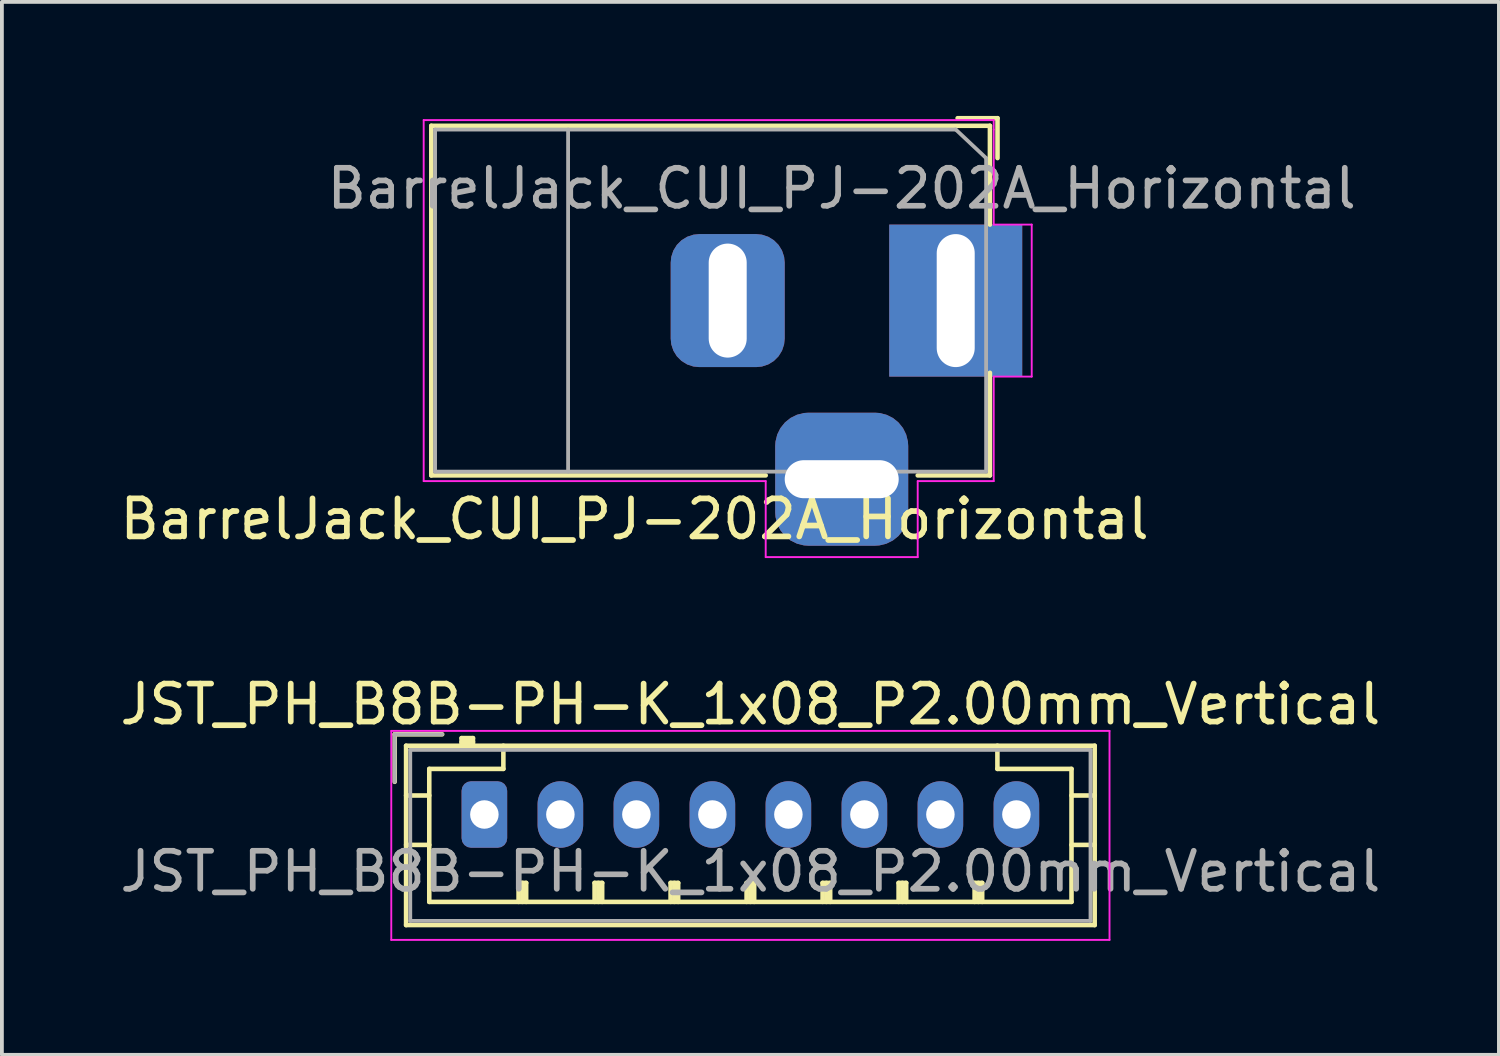
<source format=kicad_pcb>
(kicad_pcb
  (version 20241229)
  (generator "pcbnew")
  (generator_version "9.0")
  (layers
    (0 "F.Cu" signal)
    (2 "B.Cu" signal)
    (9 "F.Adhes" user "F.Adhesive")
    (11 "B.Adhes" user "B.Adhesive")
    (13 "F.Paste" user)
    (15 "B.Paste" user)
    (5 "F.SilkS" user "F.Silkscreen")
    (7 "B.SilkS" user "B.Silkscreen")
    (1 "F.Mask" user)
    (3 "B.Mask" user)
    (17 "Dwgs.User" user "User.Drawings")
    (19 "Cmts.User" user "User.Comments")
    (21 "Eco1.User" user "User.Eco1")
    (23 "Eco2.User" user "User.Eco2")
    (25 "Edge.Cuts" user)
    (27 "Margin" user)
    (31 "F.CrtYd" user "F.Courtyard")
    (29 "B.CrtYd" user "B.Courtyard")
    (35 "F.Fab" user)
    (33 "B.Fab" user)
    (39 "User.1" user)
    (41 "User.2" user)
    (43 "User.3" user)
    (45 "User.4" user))
  (footprint "BarrelJack_CUI_PJ-202A_Horizontal"
    (layer "F.Cu")
    (at 22.099 4.86)
    (property "Reference" "BarrelJack_CUI_PJ-202A_Horizontal" (at -8.45 5.75 0) (layer "F.SilkS") (effects (font (size 1 1) (thickness 0.15))))
    (attr through_hole)
    (fp_line (start -13.8 -4.6) (end 0.9 -4.6) (stroke (width 0.12) (type solid)) (layer "F.SilkS"))
    (fp_line (start -13.8 4.6) (end -13.8 -4.6) (stroke (width 0.12) (type solid)) (layer "F.SilkS"))
    (fp_line (start -5 4.6) (end -13.8 4.6) (stroke (width 0.12) (type solid)) (layer "F.SilkS"))
    (fp_line (start 0.05 -4.8) (end 1.1 -4.8) (stroke (width 0.12) (type solid)) (layer "F.SilkS"))
    (fp_line (start 0.9 -4.6) (end 0.9 -2) (stroke (width 0.12) (type solid)) (layer "F.SilkS"))
    (fp_line (start 0.9 1.9) (end 0.9 4.6) (stroke (width 0.12) (type solid)) (layer "F.SilkS"))
    (fp_line (start 0.9 4.6) (end -1 4.6) (stroke (width 0.12) (type solid)) (layer "F.SilkS"))
    (fp_line (start 1.1 -3.75) (end 1.1 -4.8) (stroke (width 0.12) (type solid)) (layer "F.SilkS"))
    (fp_line (start -14 4.75) (end -14 -4.75) (stroke (width 0.05) (type solid)) (layer "F.CrtYd"))
    (fp_line (start -5 4.75) (end -14 4.75) (stroke (width 0.05) (type solid)) (layer "F.CrtYd"))
    (fp_line (start -5 6.75) (end -5 4.75) (stroke (width 0.05) (type solid)) (layer "F.CrtYd"))
    (fp_line (start -1 4.75) (end -1 6.75) (stroke (width 0.05) (type solid)) (layer "F.CrtYd"))
    (fp_line (start -1 6.75) (end -5 6.75) (stroke (width 0.05) (type solid)) (layer "F.CrtYd"))
    (fp_line (start 1 -4.75) (end -14 -4.75) (stroke (width 0.05) (type solid)) (layer "F.CrtYd"))
    (fp_line (start 1 -4.5) (end 1 -4.75) (stroke (width 0.05) (type solid)) (layer "F.CrtYd"))
    (fp_line (start 1 -4.5) (end 1 -2) (stroke (width 0.05) (type solid)) (layer "F.CrtYd"))
    (fp_line (start 1 -2) (end 2 -2) (stroke (width 0.05) (type solid)) (layer "F.CrtYd"))
    (fp_line (start 1 2) (end 1 4.75) (stroke (width 0.05) (type solid)) (layer "F.CrtYd"))
    (fp_line (start 1 4.75) (end -1 4.75) (stroke (width 0.05) (type solid)) (layer "F.CrtYd"))
    (fp_line (start 2 -2) (end 2 2) (stroke (width 0.05) (type solid)) (layer "F.CrtYd"))
    (fp_line (start 2 2) (end 1 2) (stroke (width 0.05) (type solid)) (layer "F.CrtYd"))
    (fp_line (start -13.7 -4.5) (end -13.7 4.5) (stroke (width 0.1) (type solid)) (layer "F.Fab"))
    (fp_line (start -13.7 4.5) (end 0.8 4.5) (stroke (width 0.1) (type solid)) (layer "F.Fab"))
    (fp_line (start -10.2 -4.5) (end -10.2 4.5) (stroke (width 0.1) (type solid)) (layer "F.Fab"))
    (fp_line (start -0.003 -4.505) (end 0.8 -3.75) (stroke (width 0.1) (type solid)) (layer "F.Fab"))
    (fp_line (start 0 -4.5) (end -13.7 -4.5) (stroke (width 0.1) (type solid)) (layer "F.Fab"))
    (fp_line (start 0.8 4.5) (end 0.8 -3.75) (stroke (width 0.1) (type solid)) (layer "F.Fab"))
    (fp_text user "${REFERENCE}" (at -3 -2.95 0) (layer "F.Fab") (effects (font (size 1 1) (thickness 0.15))))
    (pad "1" thru_hole rect (at 0 0) (size 3.5 4) (drill oval 1 3.5) (layers "*.Cu" "*.Mask"))
    (pad "2" thru_hole roundrect (at -6 0) (size 3 3.5) (drill oval 1 3) (layers "*.Cu" "*.Mask") (roundrect_rratio 0.25))
    (pad "3" thru_hole roundrect (at -3 4.7) (size 3.5 3.5) (drill oval 3 1) (layers "*.Cu" "*.Mask") (roundrect_rratio 0.25)))
  (footprint "JST_PH_B8B-PH-K_1x08_P2.00mm_Vertical"
    (layer "F.Cu")
    (at 9.696 18.383)
    (property "Reference" "JST_PH_B8B-PH-K_1x08_P2.00mm_Vertical" (at 7 -2.9 0) (layer "F.SilkS") (effects (font (size 1 1) (thickness 0.15))))
    (attr through_hole)
    (fp_line (start -2.36 -2.11) (end -2.36 -0.86) (stroke (width 0.12) (type solid)) (layer "F.SilkS"))
    (fp_line (start -2.06 -1.81) (end -2.06 2.91) (stroke (width 0.12) (type solid)) (layer "F.SilkS"))
    (fp_line (start -2.06 -0.5) (end -1.45 -0.5) (stroke (width 0.12) (type solid)) (layer "F.SilkS"))
    (fp_line (start -2.06 0.8) (end -1.45 0.8) (stroke (width 0.12) (type solid)) (layer "F.SilkS"))
    (fp_line (start -2.06 2.91) (end 16.06 2.91) (stroke (width 0.12) (type solid)) (layer "F.SilkS"))
    (fp_line (start -1.45 -1.2) (end -1.45 2.3) (stroke (width 0.12) (type solid)) (layer "F.SilkS"))
    (fp_line (start -1.45 2.3) (end 15.45 2.3) (stroke (width 0.12) (type solid)) (layer "F.SilkS"))
    (fp_line (start -1.11 -2.11) (end -2.36 -2.11) (stroke (width 0.12) (type solid)) (layer "F.SilkS"))
    (fp_line (start -0.6 -2.01) (end -0.6 -1.81) (stroke (width 0.12) (type solid)) (layer "F.SilkS"))
    (fp_line (start -0.3 -2.01) (end -0.6 -2.01) (stroke (width 0.12) (type solid)) (layer "F.SilkS"))
    (fp_line (start -0.3 -1.91) (end -0.6 -1.91) (stroke (width 0.12) (type solid)) (layer "F.SilkS"))
    (fp_line (start -0.3 -1.81) (end -0.3 -2.01) (stroke (width 0.12) (type solid)) (layer "F.SilkS"))
    (fp_line (start 0.5 -1.81) (end 0.5 -1.2) (stroke (width 0.12) (type solid)) (layer "F.SilkS"))
    (fp_line (start 0.5 -1.2) (end -1.45 -1.2) (stroke (width 0.12) (type solid)) (layer "F.SilkS"))
    (fp_line (start 0.9 1.8) (end 1.1 1.8) (stroke (width 0.12) (type solid)) (layer "F.SilkS"))
    (fp_line (start 0.9 2.3) (end 0.9 1.8) (stroke (width 0.12) (type solid)) (layer "F.SilkS"))
    (fp_line (start 1 2.3) (end 1 1.8) (stroke (width 0.12) (type solid)) (layer "F.SilkS"))
    (fp_line (start 1.1 1.8) (end 1.1 2.3) (stroke (width 0.12) (type solid)) (layer "F.SilkS"))
    (fp_line (start 2.9 1.8) (end 3.1 1.8) (stroke (width 0.12) (type solid)) (layer "F.SilkS"))
    (fp_line (start 2.9 2.3) (end 2.9 1.8) (stroke (width 0.12) (type solid)) (layer "F.SilkS"))
    (fp_line (start 3 2.3) (end 3 1.8) (stroke (width 0.12) (type solid)) (layer "F.SilkS"))
    (fp_line (start 3.1 1.8) (end 3.1 2.3) (stroke (width 0.12) (type solid)) (layer "F.SilkS"))
    (fp_line (start 4.9 1.8) (end 5.1 1.8) (stroke (width 0.12) (type solid)) (layer "F.SilkS"))
    (fp_line (start 4.9 2.3) (end 4.9 1.8) (stroke (width 0.12) (type solid)) (layer "F.SilkS"))
    (fp_line (start 5 2.3) (end 5 1.8) (stroke (width 0.12) (type solid)) (layer "F.SilkS"))
    (fp_line (start 5.1 1.8) (end 5.1 2.3) (stroke (width 0.12) (type solid)) (layer "F.SilkS"))
    (fp_line (start 6.9 1.8) (end 7.1 1.8) (stroke (width 0.12) (type solid)) (layer "F.SilkS"))
    (fp_line (start 6.9 2.3) (end 6.9 1.8) (stroke (width 0.12) (type solid)) (layer "F.SilkS"))
    (fp_line (start 7 2.3) (end 7 1.8) (stroke (width 0.12) (type solid)) (layer "F.SilkS"))
    (fp_line (start 7.1 1.8) (end 7.1 2.3) (stroke (width 0.12) (type solid)) (layer "F.SilkS"))
    (fp_line (start 8.9 1.8) (end 9.1 1.8) (stroke (width 0.12) (type solid)) (layer "F.SilkS"))
    (fp_line (start 8.9 2.3) (end 8.9 1.8) (stroke (width 0.12) (type solid)) (layer "F.SilkS"))
    (fp_line (start 9 2.3) (end 9 1.8) (stroke (width 0.12) (type solid)) (layer "F.SilkS"))
    (fp_line (start 9.1 1.8) (end 9.1 2.3) (stroke (width 0.12) (type solid)) (layer "F.SilkS"))
    (fp_line (start 10.9 1.8) (end 11.1 1.8) (stroke (width 0.12) (type solid)) (layer "F.SilkS"))
    (fp_line (start 10.9 2.3) (end 10.9 1.8) (stroke (width 0.12) (type solid)) (layer "F.SilkS"))
    (fp_line (start 11 2.3) (end 11 1.8) (stroke (width 0.12) (type solid)) (layer "F.SilkS"))
    (fp_line (start 11.1 1.8) (end 11.1 2.3) (stroke (width 0.12) (type solid)) (layer "F.SilkS"))
    (fp_line (start 12.9 1.8) (end 13.1 1.8) (stroke (width 0.12) (type solid)) (layer "F.SilkS"))
    (fp_line (start 12.9 2.3) (end 12.9 1.8) (stroke (width 0.12) (type solid)) (layer "F.SilkS"))
    (fp_line (start 13 2.3) (end 13 1.8) (stroke (width 0.12) (type solid)) (layer "F.SilkS"))
    (fp_line (start 13.1 1.8) (end 13.1 2.3) (stroke (width 0.12) (type solid)) (layer "F.SilkS"))
    (fp_line (start 13.5 -1.2) (end 13.5 -1.81) (stroke (width 0.12) (type solid)) (layer "F.SilkS"))
    (fp_line (start 15.45 -1.2) (end 13.5 -1.2) (stroke (width 0.12) (type solid)) (layer "F.SilkS"))
    (fp_line (start 15.45 2.3) (end 15.45 -1.2) (stroke (width 0.12) (type solid)) (layer "F.SilkS"))
    (fp_line (start 16.06 -1.81) (end -2.06 -1.81) (stroke (width 0.12) (type solid)) (layer "F.SilkS"))
    (fp_line (start 16.06 -0.5) (end 15.45 -0.5) (stroke (width 0.12) (type solid)) (layer "F.SilkS"))
    (fp_line (start 16.06 0.8) (end 15.45 0.8) (stroke (width 0.12) (type solid)) (layer "F.SilkS"))
    (fp_line (start 16.06 2.91) (end 16.06 -1.81) (stroke (width 0.12) (type solid)) (layer "F.SilkS"))
    (fp_line (start -2.45 -2.2) (end -2.45 3.3) (stroke (width 0.05) (type solid)) (layer "F.CrtYd"))
    (fp_line (start -2.45 3.3) (end 16.45 3.3) (stroke (width 0.05) (type solid)) (layer "F.CrtYd"))
    (fp_line (start 16.45 -2.2) (end -2.45 -2.2) (stroke (width 0.05) (type solid)) (layer "F.CrtYd"))
    (fp_line (start 16.45 3.3) (end 16.45 -2.2) (stroke (width 0.05) (type solid)) (layer "F.CrtYd"))
    (fp_line (start -2.36 -2.11) (end -2.36 -0.86) (stroke (width 0.1) (type solid)) (layer "F.Fab"))
    (fp_line (start -1.95 -1.7) (end -1.95 2.8) (stroke (width 0.1) (type solid)) (layer "F.Fab"))
    (fp_line (start -1.95 2.8) (end 15.95 2.8) (stroke (width 0.1) (type solid)) (layer "F.Fab"))
    (fp_line (start -1.11 -2.11) (end -2.36 -2.11) (stroke (width 0.1) (type solid)) (layer "F.Fab"))
    (fp_line (start 15.95 -1.7) (end -1.95 -1.7) (stroke (width 0.1) (type solid)) (layer "F.Fab"))
    (fp_line (start 15.95 2.8) (end 15.95 -1.7) (stroke (width 0.1) (type solid)) (layer "F.Fab"))
    (fp_text user "${REFERENCE}" (at 7 1.5 0) (layer "F.Fab") (effects (font (size 1 1) (thickness 0.15))))
    (pad "1" thru_hole roundrect (at 0 0) (size 1.2 1.75) (drill 0.75) (layers "*.Cu" "*.Mask") (roundrect_rratio 0.208))
    (pad "2" thru_hole oval (at 2 0) (size 1.2 1.75) (drill 0.75) (layers "*.Cu" "*.Mask"))
    (pad "3" thru_hole oval (at 4 0) (size 1.2 1.75) (drill 0.75) (layers "*.Cu" "*.Mask"))
    (pad "4" thru_hole oval (at 6 0) (size 1.2 1.75) (drill 0.75) (layers "*.Cu" "*.Mask"))
    (pad "5" thru_hole oval (at 8 0) (size 1.2 1.75) (drill 0.75) (layers "*.Cu" "*.Mask"))
    (pad "6" thru_hole oval (at 10 0) (size 1.2 1.75) (drill 0.75) (layers "*.Cu" "*.Mask"))
    (pad "7" thru_hole oval (at 12 0) (size 1.2 1.75) (drill 0.75) (layers "*.Cu" "*.Mask"))
    (pad "8" thru_hole oval (at 14 0) (size 1.2 1.75) (drill 0.75) (layers "*.Cu" "*.Mask")))
  (gr_rect
    (start -3 -3)
    (end 36.393 24.708)
    (stroke (width 0.1) (type default))
    (fill no)
    (layer "Edge.Cuts")))
</source>
